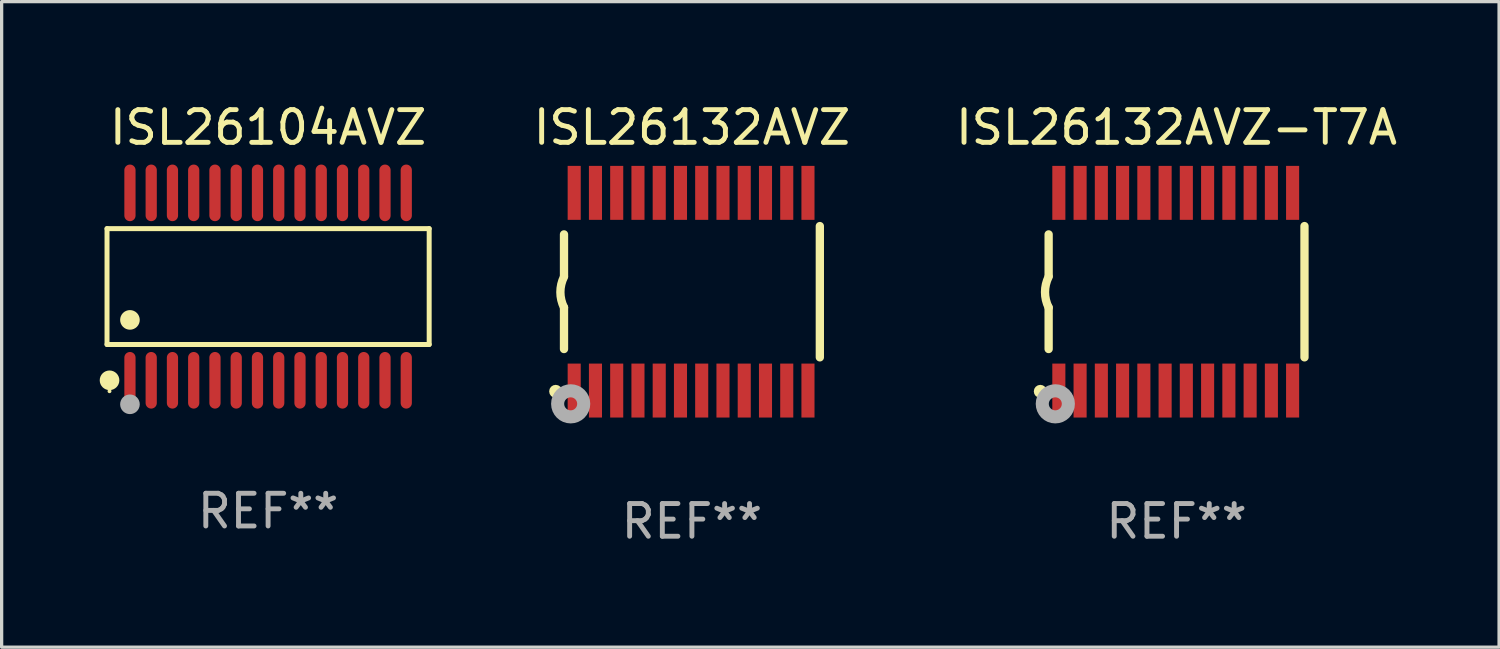
<source format=kicad_pcb>
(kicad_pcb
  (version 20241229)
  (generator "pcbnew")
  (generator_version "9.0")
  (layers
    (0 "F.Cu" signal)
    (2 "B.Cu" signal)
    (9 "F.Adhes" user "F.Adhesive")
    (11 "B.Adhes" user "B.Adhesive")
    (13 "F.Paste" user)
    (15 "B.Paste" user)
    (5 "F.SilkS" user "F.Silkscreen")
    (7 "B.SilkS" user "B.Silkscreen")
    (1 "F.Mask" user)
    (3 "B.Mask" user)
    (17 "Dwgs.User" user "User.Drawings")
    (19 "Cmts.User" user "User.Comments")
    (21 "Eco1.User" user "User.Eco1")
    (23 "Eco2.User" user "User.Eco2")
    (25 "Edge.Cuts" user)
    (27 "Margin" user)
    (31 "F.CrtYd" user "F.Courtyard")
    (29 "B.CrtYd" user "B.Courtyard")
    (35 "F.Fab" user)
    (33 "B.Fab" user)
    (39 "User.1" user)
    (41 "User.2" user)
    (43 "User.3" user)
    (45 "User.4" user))
  (footprint "ISL26132AVZ-T7A"
    (layer "F.Cu")
    (at 32.931 5.871)
    (property "Reference" "ISL26132AVZ-T7A" (at 0 -5.023 0) (layer "F.SilkS") (effects (font (size 1 1) (thickness 0.15))))
    (attr through_hole)
    (fp_line (start -3.912 -0.483) (end -3.912 -1.753) (stroke (width 0.254) (type solid)) (layer "F.SilkS"))
    (fp_line (start -3.912 1.753) (end -3.912 0.483) (stroke (width 0.254) (type solid)) (layer "F.SilkS"))
    (fp_line (start 3.912 -2.007) (end 3.912 2.007) (stroke (width 0.254) (type solid)) (layer "F.SilkS"))
    (fp_arc (start -3.911608 0.482601) (mid -4.022537 0.0127) (end -3.911608 -0.457201) (stroke (width 0.254001) (type solid)) (layer "F.SilkS"))
    (fp_circle (center -4.166 3.048) (end -4.066 3.048) (stroke (width 0.2) (type solid)) (fill no) (layer "F.SilkS"))
    (fp_circle (center -3.925 3.186) (end -3.895 3.186) (stroke (width 0.06) (type solid)) (fill no) (layer "F.SilkS"))
    (fp_circle (center -3.708 3.429) (end -3.509 3.429) (stroke (width 0.4) (type solid)) (fill no) (layer "F.Fab"))
    (fp_text user "REF**" (at 0 7.023 0) (layer "F.Fab") (effects (font (size 1 1) (thickness 0.15))))
    (pad "1" smd rect (at -3.6 3.023) (size 0.4 1.65) (layers "F.Cu" "F.Mask" "F.Paste"))
    (pad "2" smd rect (at -2.95 3.023) (size 0.4 1.65) (layers "F.Cu" "F.Mask" "F.Paste"))
    (pad "3" smd rect (at -2.3 3.023) (size 0.4 1.65) (layers "F.Cu" "F.Mask" "F.Paste"))
    (pad "4" smd rect (at -1.65 3.023) (size 0.4 1.65) (layers "F.Cu" "F.Mask" "F.Paste"))
    (pad "5" smd rect (at -1 3.023) (size 0.4 1.65) (layers "F.Cu" "F.Mask" "F.Paste"))
    (pad "6" smd rect (at -0.35 3.023) (size 0.4 1.65) (layers "F.Cu" "F.Mask" "F.Paste"))
    (pad "7" smd rect (at 0.299 3.023) (size 0.4 1.65) (layers "F.Cu" "F.Mask" "F.Paste"))
    (pad "8" smd rect (at 0.95 3.023) (size 0.4 1.65) (layers "F.Cu" "F.Mask" "F.Paste"))
    (pad "9" smd rect (at 1.6 3.023) (size 0.4 1.65) (layers "F.Cu" "F.Mask" "F.Paste"))
    (pad "10" smd rect (at 2.25 3.023) (size 0.4 1.65) (layers "F.Cu" "F.Mask" "F.Paste"))
    (pad "11" smd rect (at 2.9 3.023) (size 0.4 1.65) (layers "F.Cu" "F.Mask" "F.Paste"))
    (pad "12" smd rect (at 3.549 3.023) (size 0.4 1.65) (layers "F.Cu" "F.Mask" "F.Paste"))
    (pad "13" smd rect (at 3.549 -3.023) (size 0.4 1.65) (layers "F.Cu" "F.Mask" "F.Paste"))
    (pad "14" smd rect (at 2.9 -3.023) (size 0.4 1.65) (layers "F.Cu" "F.Mask" "F.Paste"))
    (pad "15" smd rect (at 2.25 -3.023) (size 0.4 1.65) (layers "F.Cu" "F.Mask" "F.Paste"))
    (pad "16" smd rect (at 1.6 -3.023) (size 0.4 1.65) (layers "F.Cu" "F.Mask" "F.Paste"))
    (pad "17" smd rect (at 0.95 -3.023) (size 0.4 1.65) (layers "F.Cu" "F.Mask" "F.Paste"))
    (pad "18" smd rect (at 0.299 -3.023) (size 0.4 1.65) (layers "F.Cu" "F.Mask" "F.Paste"))
    (pad "19" smd rect (at -0.35 -3.023) (size 0.4 1.65) (layers "F.Cu" "F.Mask" "F.Paste"))
    (pad "20" smd rect (at -1 -3.023) (size 0.4 1.65) (layers "F.Cu" "F.Mask" "F.Paste"))
    (pad "21" smd rect (at -1.65 -3.023) (size 0.4 1.65) (layers "F.Cu" "F.Mask" "F.Paste"))
    (pad "22" smd rect (at -2.3 -3.023) (size 0.4 1.65) (layers "F.Cu" "F.Mask" "F.Paste"))
    (pad "23" smd rect (at -2.95 -3.023) (size 0.4 1.65) (layers "F.Cu" "F.Mask" "F.Paste"))
    (pad "24" smd rect (at -3.6 -3.023) (size 0.4 1.65) (layers "F.Cu" "F.Mask" "F.Paste")))
  (footprint "ISL26104AVZ"
    (layer "F.Cu")
    (at 5.149 5.714)
    (property "Reference" "ISL26104AVZ" (at 0 -4.866 0) (layer "F.SilkS") (effects (font (size 1 1) (thickness 0.15))))
    (attr through_hole)
    (fp_line (start -4.926 -1.772) (end 4.926 -1.772) (stroke (width 0.152) (type solid)) (layer "F.SilkS"))
    (fp_line (start -4.926 1.771) (end -4.926 -1.772) (stroke (width 0.152) (type solid)) (layer "F.SilkS"))
    (fp_line (start 4.926 -1.772) (end 4.926 1.771) (stroke (width 0.152) (type solid)) (layer "F.SilkS"))
    (fp_line (start 4.926 1.771) (end -4.926 1.771) (stroke (width 0.152) (type solid)) (layer "F.SilkS"))
    (fp_circle (center -4.85 3.2) (end -4.82 3.2) (stroke (width 0.06) (type solid)) (fill no) (layer "F.SilkS"))
    (fp_circle (center -4.849 2.866) (end -4.699 2.866) (stroke (width 0.3) (type solid)) (fill no) (layer "F.SilkS"))
    (fp_circle (center -4.225 1.019) (end -4.075 1.019) (stroke (width 0.3) (type solid)) (fill no) (layer "F.SilkS"))
    (fp_circle (center -4.225 3.6) (end -4.075 3.6) (stroke (width 0.3) (type solid)) (fill no) (layer "F.Fab"))
    (fp_text user "REF**" (at 0 6.866 0) (layer "F.Fab") (effects (font (size 1 1) (thickness 0.15))))
    (pad "1" smd oval (at -4.225 2.866) (size 0.343 1.731) (layers "F.Cu" "F.Mask" "F.Paste"))
    (pad "2" smd oval (at -3.575 2.866) (size 0.343 1.731) (layers "F.Cu" "F.Mask" "F.Paste"))
    (pad "3" smd oval (at -2.925 2.866) (size 0.343 1.731) (layers "F.Cu" "F.Mask" "F.Paste"))
    (pad "4" smd oval (at -2.275 2.866) (size 0.343 1.731) (layers "F.Cu" "F.Mask" "F.Paste"))
    (pad "5" smd oval (at -1.625 2.866) (size 0.343 1.731) (layers "F.Cu" "F.Mask" "F.Paste"))
    (pad "6" smd oval (at -0.975 2.866) (size 0.343 1.731) (layers "F.Cu" "F.Mask" "F.Paste"))
    (pad "7" smd oval (at -0.325 2.866) (size 0.343 1.731) (layers "F.Cu" "F.Mask" "F.Paste"))
    (pad "8" smd oval (at 0.325 2.866) (size 0.343 1.731) (layers "F.Cu" "F.Mask" "F.Paste"))
    (pad "9" smd oval (at 0.975 2.866) (size 0.343 1.731) (layers "F.Cu" "F.Mask" "F.Paste"))
    (pad "10" smd oval (at 1.625 2.866) (size 0.343 1.731) (layers "F.Cu" "F.Mask" "F.Paste"))
    (pad "11" smd oval (at 2.275 2.866) (size 0.343 1.731) (layers "F.Cu" "F.Mask" "F.Paste"))
    (pad "12" smd oval (at 2.925 2.866) (size 0.343 1.731) (layers "F.Cu" "F.Mask" "F.Paste"))
    (pad "13" smd oval (at 3.575 2.866) (size 0.343 1.731) (layers "F.Cu" "F.Mask" "F.Paste"))
    (pad "14" smd oval (at 4.225 2.866) (size 0.343 1.731) (layers "F.Cu" "F.Mask" "F.Paste"))
    (pad "15" smd oval (at 4.225 -2.866) (size 0.343 1.731) (layers "F.Cu" "F.Mask" "F.Paste"))
    (pad "16" smd oval (at 3.575 -2.866) (size 0.343 1.731) (layers "F.Cu" "F.Mask" "F.Paste"))
    (pad "17" smd oval (at 2.925 -2.866) (size 0.343 1.731) (layers "F.Cu" "F.Mask" "F.Paste"))
    (pad "18" smd oval (at 2.275 -2.866) (size 0.343 1.731) (layers "F.Cu" "F.Mask" "F.Paste"))
    (pad "19" smd oval (at 1.625 -2.866) (size 0.343 1.731) (layers "F.Cu" "F.Mask" "F.Paste"))
    (pad "20" smd oval (at 0.975 -2.866) (size 0.343 1.731) (layers "F.Cu" "F.Mask" "F.Paste"))
    (pad "21" smd oval (at 0.325 -2.866) (size 0.343 1.731) (layers "F.Cu" "F.Mask" "F.Paste"))
    (pad "22" smd oval (at -0.325 -2.866) (size 0.343 1.731) (layers "F.Cu" "F.Mask" "F.Paste"))
    (pad "23" smd oval (at -0.975 -2.866) (size 0.343 1.731) (layers "F.Cu" "F.Mask" "F.Paste"))
    (pad "24" smd oval (at -1.625 -2.866) (size 0.343 1.731) (layers "F.Cu" "F.Mask" "F.Paste"))
    (pad "25" smd oval (at -2.275 -2.866) (size 0.343 1.731) (layers "F.Cu" "F.Mask" "F.Paste"))
    (pad "26" smd oval (at -2.925 -2.866) (size 0.343 1.731) (layers "F.Cu" "F.Mask" "F.Paste"))
    (pad "27" smd oval (at -3.575 -2.866) (size 0.343 1.731) (layers "F.Cu" "F.Mask" "F.Paste"))
    (pad "28" smd oval (at -4.225 -2.866) (size 0.343 1.731) (layers "F.Cu" "F.Mask" "F.Paste")))
  (footprint "ISL26132AVZ"
    (layer "F.Cu")
    (at 18.11 5.871)
    (property "Reference" "ISL26132AVZ" (at 0 -5.023 0) (layer "F.SilkS") (effects (font (size 1 1) (thickness 0.15))))
    (attr through_hole)
    (fp_line (start -3.912 -0.483) (end -3.912 -1.753) (stroke (width 0.254) (type solid)) (layer "F.SilkS"))
    (fp_line (start -3.912 1.753) (end -3.912 0.483) (stroke (width 0.254) (type solid)) (layer "F.SilkS"))
    (fp_line (start 3.912 -2.007) (end 3.912 2.007) (stroke (width 0.254) (type solid)) (layer "F.SilkS"))
    (fp_arc (start -3.911608 0.482601) (mid -4.022537 0.0127) (end -3.911608 -0.457201) (stroke (width 0.254001) (type solid)) (layer "F.SilkS"))
    (fp_circle (center -4.166 3.048) (end -4.066 3.048) (stroke (width 0.2) (type solid)) (fill no) (layer "F.SilkS"))
    (fp_circle (center -3.925 3.186) (end -3.895 3.186) (stroke (width 0.06) (type solid)) (fill no) (layer "F.SilkS"))
    (fp_circle (center -3.708 3.429) (end -3.509 3.429) (stroke (width 0.4) (type solid)) (fill no) (layer "F.Fab"))
    (fp_text user "REF**" (at 0 7.023 0) (layer "F.Fab") (effects (font (size 1 1) (thickness 0.15))))
    (pad "1" smd rect (at -3.6 3.023) (size 0.4 1.65) (layers "F.Cu" "F.Mask" "F.Paste"))
    (pad "2" smd rect (at -2.95 3.023) (size 0.4 1.65) (layers "F.Cu" "F.Mask" "F.Paste"))
    (pad "3" smd rect (at -2.3 3.023) (size 0.4 1.65) (layers "F.Cu" "F.Mask" "F.Paste"))
    (pad "4" smd rect (at -1.65 3.023) (size 0.4 1.65) (layers "F.Cu" "F.Mask" "F.Paste"))
    (pad "5" smd rect (at -1 3.023) (size 0.4 1.65) (layers "F.Cu" "F.Mask" "F.Paste"))
    (pad "6" smd rect (at -0.35 3.023) (size 0.4 1.65) (layers "F.Cu" "F.Mask" "F.Paste"))
    (pad "7" smd rect (at 0.299 3.023) (size 0.4 1.65) (layers "F.Cu" "F.Mask" "F.Paste"))
    (pad "8" smd rect (at 0.95 3.023) (size 0.4 1.65) (layers "F.Cu" "F.Mask" "F.Paste"))
    (pad "9" smd rect (at 1.6 3.023) (size 0.4 1.65) (layers "F.Cu" "F.Mask" "F.Paste"))
    (pad "10" smd rect (at 2.25 3.023) (size 0.4 1.65) (layers "F.Cu" "F.Mask" "F.Paste"))
    (pad "11" smd rect (at 2.9 3.023) (size 0.4 1.65) (layers "F.Cu" "F.Mask" "F.Paste"))
    (pad "12" smd rect (at 3.549 3.023) (size 0.4 1.65) (layers "F.Cu" "F.Mask" "F.Paste"))
    (pad "13" smd rect (at 3.549 -3.023) (size 0.4 1.65) (layers "F.Cu" "F.Mask" "F.Paste"))
    (pad "14" smd rect (at 2.9 -3.023) (size 0.4 1.65) (layers "F.Cu" "F.Mask" "F.Paste"))
    (pad "15" smd rect (at 2.25 -3.023) (size 0.4 1.65) (layers "F.Cu" "F.Mask" "F.Paste"))
    (pad "16" smd rect (at 1.6 -3.023) (size 0.4 1.65) (layers "F.Cu" "F.Mask" "F.Paste"))
    (pad "17" smd rect (at 0.95 -3.023) (size 0.4 1.65) (layers "F.Cu" "F.Mask" "F.Paste"))
    (pad "18" smd rect (at 0.299 -3.023) (size 0.4 1.65) (layers "F.Cu" "F.Mask" "F.Paste"))
    (pad "19" smd rect (at -0.35 -3.023) (size 0.4 1.65) (layers "F.Cu" "F.Mask" "F.Paste"))
    (pad "20" smd rect (at -1 -3.023) (size 0.4 1.65) (layers "F.Cu" "F.Mask" "F.Paste"))
    (pad "21" smd rect (at -1.65 -3.023) (size 0.4 1.65) (layers "F.Cu" "F.Mask" "F.Paste"))
    (pad "22" smd rect (at -2.3 -3.023) (size 0.4 1.65) (layers "F.Cu" "F.Mask" "F.Paste"))
    (pad "23" smd rect (at -2.95 -3.023) (size 0.4 1.65) (layers "F.Cu" "F.Mask" "F.Paste"))
    (pad "24" smd rect (at -3.6 -3.023) (size 0.4 1.65) (layers "F.Cu" "F.Mask" "F.Paste")))
  (gr_rect
    (start -3 -3)
    (end 42.794 16.742)
    (stroke (width 0.1) (type default))
    (fill no)
    (layer "Edge.Cuts")))
</source>
